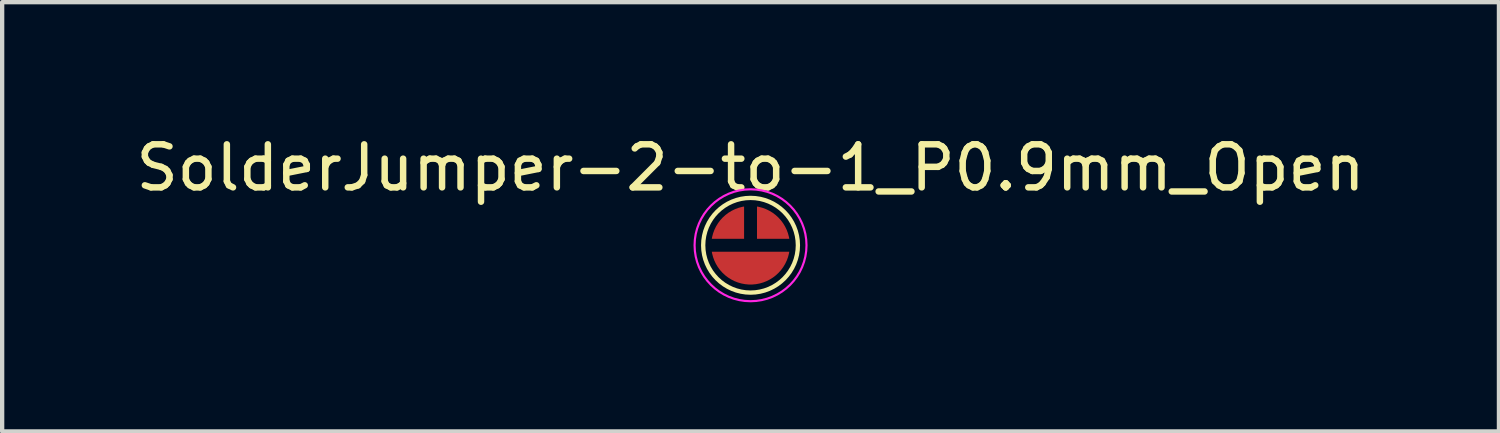
<source format=kicad_pcb>
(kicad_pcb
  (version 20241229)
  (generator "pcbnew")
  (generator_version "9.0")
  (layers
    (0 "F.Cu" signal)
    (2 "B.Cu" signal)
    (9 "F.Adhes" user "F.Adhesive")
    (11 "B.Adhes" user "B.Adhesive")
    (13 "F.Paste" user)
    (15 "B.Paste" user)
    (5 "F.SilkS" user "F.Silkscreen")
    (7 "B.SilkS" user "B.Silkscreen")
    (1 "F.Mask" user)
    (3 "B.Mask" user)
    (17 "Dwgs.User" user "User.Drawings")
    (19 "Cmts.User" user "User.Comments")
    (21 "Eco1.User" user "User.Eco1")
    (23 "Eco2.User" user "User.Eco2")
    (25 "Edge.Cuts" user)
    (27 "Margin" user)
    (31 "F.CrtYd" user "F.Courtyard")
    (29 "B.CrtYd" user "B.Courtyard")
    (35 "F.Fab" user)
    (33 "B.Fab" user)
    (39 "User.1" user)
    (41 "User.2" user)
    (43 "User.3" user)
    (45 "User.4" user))
  (footprint "SolderJumper-2-to-1_P0.9mm_Open"
    (layer "F.Cu")
    (at 14.387 2.648)
    (property "Reference" "SolderJumper-2-to-1_P0.9mm_Open" (at 0 -1.8 0) (layer "F.SilkS") (effects (font (size 1 1) (thickness 0.15))))
    (attr exclude_from_pos_files exclude_from_bom)
    (fp_circle (center 0 0) (end 1.1 0) (stroke (width 0.1) (type default)) (fill no) (layer "F.SilkS"))
    (fp_circle (center 0 0) (end 1.3 0) (stroke (width 0.05) (type default)) (fill no) (layer "F.CrtYd"))
    (pad "1" smd custom (at -0.4 -0.4 90) (size 0.2 0.2) (layers "F.Cu" "F.Mask") (options (anchor circle)) (primitives (gr_poly (pts (arc (start 0.5 0.25) (mid 0.245174 -0.245174) (end -0.25 -0.5)) (xy -0.25 0.25)) (width 0) (fill yes))))
    (pad "2" smd custom (at 0 0.35 270) (size 0.2 0.2) (layers "F.Cu" "F.Mask") (options (anchor circle)) (primitives (gr_poly (pts (arc (start -0.2 0.9) (mid 0.562414 0) (end -0.200001 -0.9))) (width 0) (fill yes))))
    (pad "3" smd custom (at 0.4 -0.4) (size 0.2 0.2) (layers "F.Cu" "F.Mask") (options (anchor circle)) (primitives (gr_poly (pts (arc (start 0.5 0.25) (mid 0.245174 -0.245174) (end -0.25 -0.5)) (xy -0.25 0.25)) (width 0) (fill yes)))))
  (gr_rect
    (start -3 -3)
    (end 31.774 6.973)
    (stroke (width 0.1) (type default))
    (fill no)
    (layer "Edge.Cuts")))
</source>
